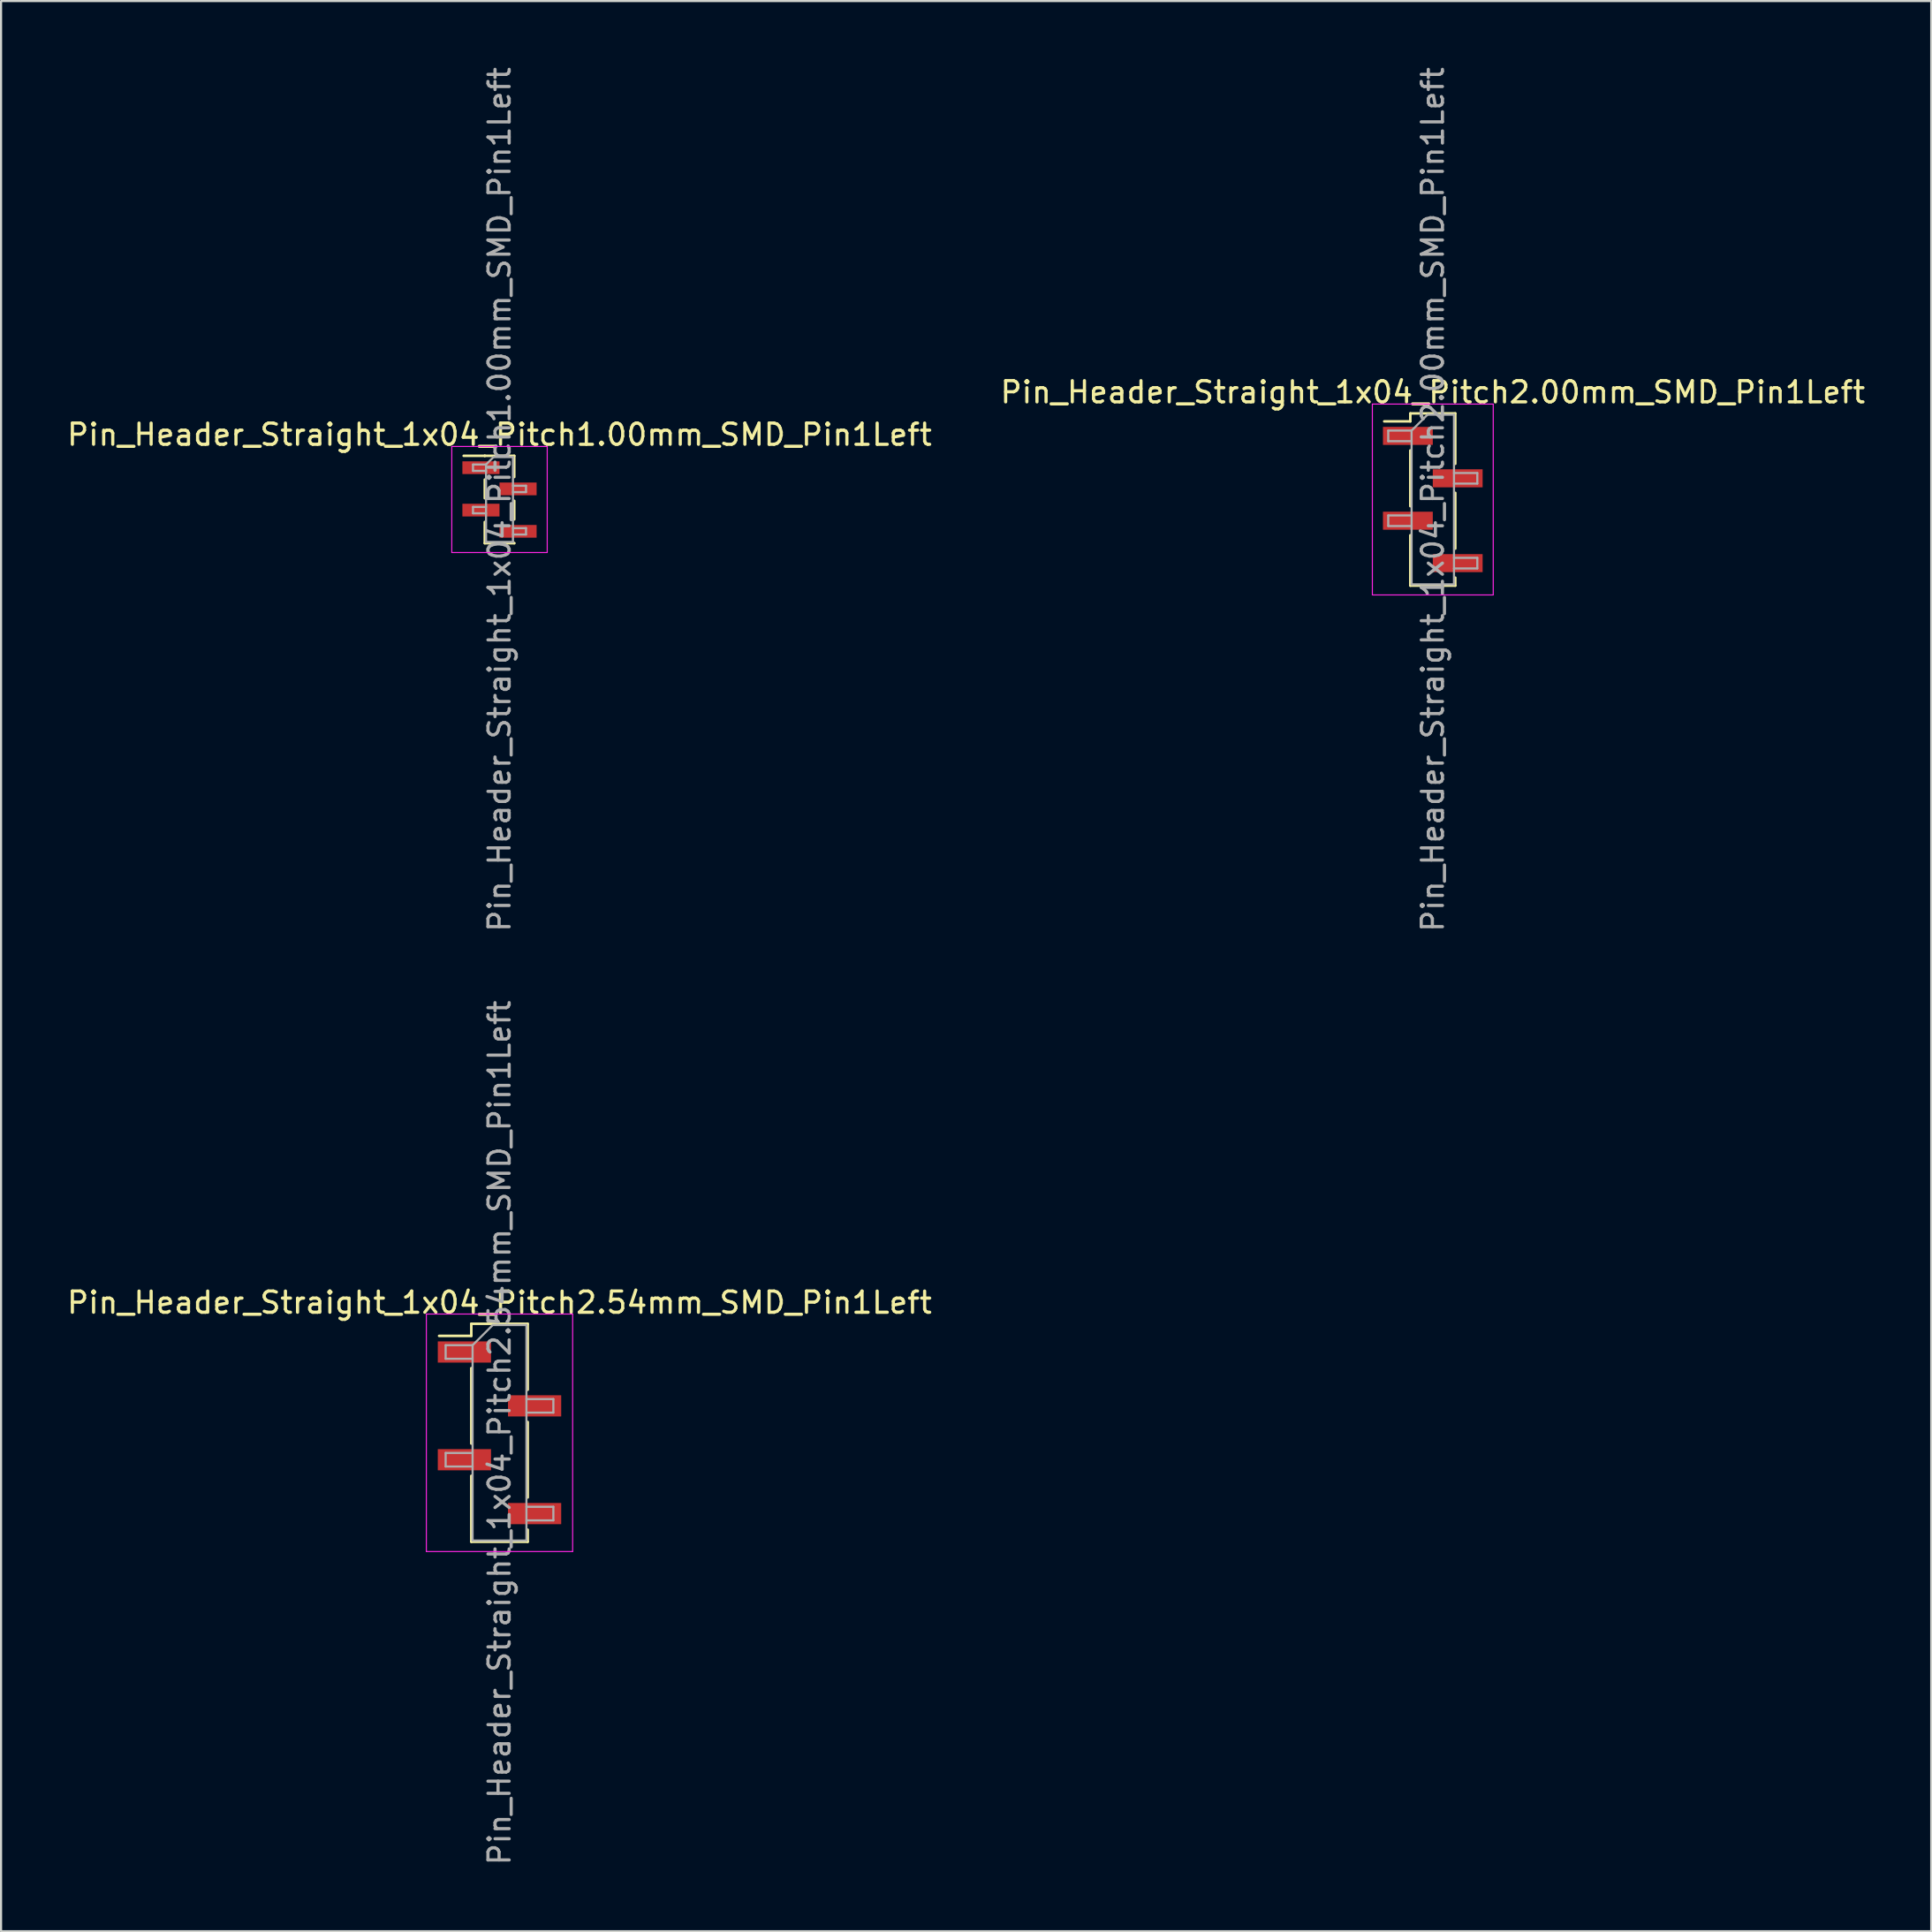
<source format=kicad_pcb>
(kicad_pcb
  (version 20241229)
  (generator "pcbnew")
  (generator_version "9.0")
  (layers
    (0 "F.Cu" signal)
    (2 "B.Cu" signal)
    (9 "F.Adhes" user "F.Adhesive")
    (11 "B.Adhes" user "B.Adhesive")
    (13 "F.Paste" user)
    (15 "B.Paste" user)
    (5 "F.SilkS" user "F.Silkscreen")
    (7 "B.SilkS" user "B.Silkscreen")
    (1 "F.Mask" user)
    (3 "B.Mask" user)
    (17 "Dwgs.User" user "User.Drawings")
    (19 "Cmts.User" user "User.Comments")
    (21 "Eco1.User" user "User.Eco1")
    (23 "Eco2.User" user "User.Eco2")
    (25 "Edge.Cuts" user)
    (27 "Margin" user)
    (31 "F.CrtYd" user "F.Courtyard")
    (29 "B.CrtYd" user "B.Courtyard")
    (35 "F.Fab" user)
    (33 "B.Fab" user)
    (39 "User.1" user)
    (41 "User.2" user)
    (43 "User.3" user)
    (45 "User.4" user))
  (footprint "Pin_Header_Straight_1x04_Pitch2.00mm_SMD_Pin1Left"
    (layer "F.Cu")
    (at 64.518 20.506)
    (property "Reference" "Pin_Header_Straight_1x04_Pitch2.00mm_SMD_Pin1Left" (at 0 -5.06 0) (layer "F.SilkS") (effects (font (size 1 1) (thickness 0.15))))
    (attr smd)
    (fp_line (start -1.06 -4.06) (end -1.06 -3.685) (stroke (width 0.12) (type solid)) (layer "F.SilkS"))
    (fp_line (start -1.06 -4.06) (end 1.06 -4.06) (stroke (width 0.12) (type solid)) (layer "F.SilkS"))
    (fp_line (start -1.06 -3.685) (end -2.29 -3.685) (stroke (width 0.12) (type solid)) (layer "F.SilkS"))
    (fp_line (start -1.06 -2.315) (end -1.06 0.315) (stroke (width 0.12) (type solid)) (layer "F.SilkS"))
    (fp_line (start -1.06 1.685) (end -1.06 4.06) (stroke (width 0.12) (type solid)) (layer "F.SilkS"))
    (fp_line (start -1.06 4.06) (end 1.06 4.06) (stroke (width 0.12) (type solid)) (layer "F.SilkS"))
    (fp_line (start 1.06 -4.06) (end 1.06 -1.685) (stroke (width 0.12) (type solid)) (layer "F.SilkS"))
    (fp_line (start 1.06 -0.315) (end 1.06 2.315) (stroke (width 0.12) (type solid)) (layer "F.SilkS"))
    (fp_line (start 1.06 3.685) (end 1.06 4.06) (stroke (width 0.12) (type solid)) (layer "F.SilkS"))
    (fp_line (start -2.85 -4.5) (end -2.85 4.5) (stroke (width 0.05) (type solid)) (layer "F.CrtYd"))
    (fp_line (start -2.85 4.5) (end 2.85 4.5) (stroke (width 0.05) (type solid)) (layer "F.CrtYd"))
    (fp_line (start 2.85 -4.5) (end -2.85 -4.5) (stroke (width 0.05) (type solid)) (layer "F.CrtYd"))
    (fp_line (start 2.85 4.5) (end 2.85 -4.5) (stroke (width 0.05) (type solid)) (layer "F.CrtYd"))
    (fp_line (start -2.1 -3.25) (end -2.1 -2.75) (stroke (width 0.1) (type solid)) (layer "F.Fab"))
    (fp_line (start -2.1 -2.75) (end -1 -2.75) (stroke (width 0.1) (type solid)) (layer "F.Fab"))
    (fp_line (start -2.1 0.75) (end -2.1 1.25) (stroke (width 0.1) (type solid)) (layer "F.Fab"))
    (fp_line (start -2.1 1.25) (end -1 1.25) (stroke (width 0.1) (type solid)) (layer "F.Fab"))
    (fp_line (start -1 -3.25) (end -2.1 -3.25) (stroke (width 0.1) (type solid)) (layer "F.Fab"))
    (fp_line (start -1 -3.25) (end -0.25 -4) (stroke (width 0.1) (type solid)) (layer "F.Fab"))
    (fp_line (start -1 0.75) (end -2.1 0.75) (stroke (width 0.1) (type solid)) (layer "F.Fab"))
    (fp_line (start -1 4) (end -1 -3.25) (stroke (width 0.1) (type solid)) (layer "F.Fab"))
    (fp_line (start -0.25 -4) (end 1 -4) (stroke (width 0.1) (type solid)) (layer "F.Fab"))
    (fp_line (start 1 -4) (end 1 4) (stroke (width 0.1) (type solid)) (layer "F.Fab"))
    (fp_line (start 1 -1.25) (end 2.1 -1.25) (stroke (width 0.1) (type solid)) (layer "F.Fab"))
    (fp_line (start 1 2.75) (end 2.1 2.75) (stroke (width 0.1) (type solid)) (layer "F.Fab"))
    (fp_line (start 1 4) (end -1 4) (stroke (width 0.1) (type solid)) (layer "F.Fab"))
    (fp_line (start 2.1 -1.25) (end 2.1 -0.75) (stroke (width 0.1) (type solid)) (layer "F.Fab"))
    (fp_line (start 2.1 -0.75) (end 1 -0.75) (stroke (width 0.1) (type solid)) (layer "F.Fab"))
    (fp_line (start 2.1 2.75) (end 2.1 3.25) (stroke (width 0.1) (type solid)) (layer "F.Fab"))
    (fp_line (start 2.1 3.25) (end 1 3.25) (stroke (width 0.1) (type solid)) (layer "F.Fab"))
    (fp_text user "${REFERENCE}" (at 0 0 90) (layer "F.Fab") (effects (font (size 1 1) (thickness 0.15))))
    (pad "1" smd rect (at -1.175 -3) (size 2.35 0.85) (layers "F.Cu" "F.Mask" "F.Paste"))
    (pad "2" smd rect (at 1.175 -1) (size 2.35 0.85) (layers "F.Cu" "F.Mask" "F.Paste"))
    (pad "3" smd rect (at -1.175 1) (size 2.35 0.85) (layers "F.Cu" "F.Mask" "F.Paste"))
    (pad "4" smd rect (at 1.175 3) (size 2.35 0.85) (layers "F.Cu" "F.Mask" "F.Paste")))
  (footprint "Pin_Header_Straight_1x04_Pitch2.54mm_SMD_Pin1Left"
    (layer "F.Cu")
    (at 20.506 64.518)
    (property "Reference" "Pin_Header_Straight_1x04_Pitch2.54mm_SMD_Pin1Left" (at 0 -6.14 0) (layer "F.SilkS") (effects (font (size 1 1) (thickness 0.15))))
    (attr smd)
    (fp_line (start -1.33 -5.14) (end -1.33 -4.57) (stroke (width 0.12) (type solid)) (layer "F.SilkS"))
    (fp_line (start -1.33 -5.14) (end 1.33 -5.14) (stroke (width 0.12) (type solid)) (layer "F.SilkS"))
    (fp_line (start -1.33 -4.57) (end -2.85 -4.57) (stroke (width 0.12) (type solid)) (layer "F.SilkS"))
    (fp_line (start -1.33 -3.05) (end -1.33 0.51) (stroke (width 0.12) (type solid)) (layer "F.SilkS"))
    (fp_line (start -1.33 2.03) (end -1.33 5.14) (stroke (width 0.12) (type solid)) (layer "F.SilkS"))
    (fp_line (start -1.33 5.14) (end 1.33 5.14) (stroke (width 0.12) (type solid)) (layer "F.SilkS"))
    (fp_line (start 1.33 -5.14) (end 1.33 -2.03) (stroke (width 0.12) (type solid)) (layer "F.SilkS"))
    (fp_line (start 1.33 -0.51) (end 1.33 3.05) (stroke (width 0.12) (type solid)) (layer "F.SilkS"))
    (fp_line (start 1.33 4.57) (end 1.33 5.14) (stroke (width 0.12) (type solid)) (layer "F.SilkS"))
    (fp_line (start -3.45 -5.6) (end -3.45 5.6) (stroke (width 0.05) (type solid)) (layer "F.CrtYd"))
    (fp_line (start -3.45 5.6) (end 3.45 5.6) (stroke (width 0.05) (type solid)) (layer "F.CrtYd"))
    (fp_line (start 3.45 -5.6) (end -3.45 -5.6) (stroke (width 0.05) (type solid)) (layer "F.CrtYd"))
    (fp_line (start 3.45 5.6) (end 3.45 -5.6) (stroke (width 0.05) (type solid)) (layer "F.CrtYd"))
    (fp_line (start -2.54 -4.13) (end -2.54 -3.49) (stroke (width 0.1) (type solid)) (layer "F.Fab"))
    (fp_line (start -2.54 -3.49) (end -1.27 -3.49) (stroke (width 0.1) (type solid)) (layer "F.Fab"))
    (fp_line (start -2.54 0.95) (end -2.54 1.59) (stroke (width 0.1) (type solid)) (layer "F.Fab"))
    (fp_line (start -2.54 1.59) (end -1.27 1.59) (stroke (width 0.1) (type solid)) (layer "F.Fab"))
    (fp_line (start -1.27 -4.13) (end -2.54 -4.13) (stroke (width 0.1) (type solid)) (layer "F.Fab"))
    (fp_line (start -1.27 -4.13) (end -0.32 -5.08) (stroke (width 0.1) (type solid)) (layer "F.Fab"))
    (fp_line (start -1.27 0.95) (end -2.54 0.95) (stroke (width 0.1) (type solid)) (layer "F.Fab"))
    (fp_line (start -1.27 5.08) (end -1.27 -4.13) (stroke (width 0.1) (type solid)) (layer "F.Fab"))
    (fp_line (start -0.32 -5.08) (end 1.27 -5.08) (stroke (width 0.1) (type solid)) (layer "F.Fab"))
    (fp_line (start 1.27 -5.08) (end 1.27 5.08) (stroke (width 0.1) (type solid)) (layer "F.Fab"))
    (fp_line (start 1.27 -1.59) (end 2.54 -1.59) (stroke (width 0.1) (type solid)) (layer "F.Fab"))
    (fp_line (start 1.27 3.49) (end 2.54 3.49) (stroke (width 0.1) (type solid)) (layer "F.Fab"))
    (fp_line (start 1.27 5.08) (end -1.27 5.08) (stroke (width 0.1) (type solid)) (layer "F.Fab"))
    (fp_line (start 2.54 -1.59) (end 2.54 -0.95) (stroke (width 0.1) (type solid)) (layer "F.Fab"))
    (fp_line (start 2.54 -0.95) (end 1.27 -0.95) (stroke (width 0.1) (type solid)) (layer "F.Fab"))
    (fp_line (start 2.54 3.49) (end 2.54 4.13) (stroke (width 0.1) (type solid)) (layer "F.Fab"))
    (fp_line (start 2.54 4.13) (end 1.27 4.13) (stroke (width 0.1) (type solid)) (layer "F.Fab"))
    (fp_text user "${REFERENCE}" (at 0 0 90) (layer "F.Fab") (effects (font (size 1 1) (thickness 0.15))))
    (pad "1" smd rect (at -1.655 -3.81) (size 2.51 1) (layers "F.Cu" "F.Mask" "F.Paste"))
    (pad "2" smd rect (at 1.655 -1.27) (size 2.51 1) (layers "F.Cu" "F.Mask" "F.Paste"))
    (pad "3" smd rect (at -1.655 1.27) (size 2.51 1) (layers "F.Cu" "F.Mask" "F.Paste"))
    (pad "4" smd rect (at 1.655 3.81) (size 2.51 1) (layers "F.Cu" "F.Mask" "F.Paste")))
  (footprint "Pin_Header_Straight_1x04_Pitch1.00mm_SMD_Pin1Left"
    (layer "F.Cu")
    (at 20.506 20.506)
    (property "Reference" "Pin_Header_Straight_1x04_Pitch1.00mm_SMD_Pin1Left" (at 0 -3.06 0) (layer "F.SilkS") (effects (font (size 1 1) (thickness 0.15))))
    (attr smd)
    (fp_line (start -0.695 -2.06) (end -1.69 -2.06) (stroke (width 0.12) (type solid)) (layer "F.SilkS"))
    (fp_line (start -0.695 -2.06) (end -0.695 -2.06) (stroke (width 0.12) (type solid)) (layer "F.SilkS"))
    (fp_line (start -0.695 -2.06) (end 0.695 -2.06) (stroke (width 0.12) (type solid)) (layer "F.SilkS"))
    (fp_line (start -0.695 -0.94) (end -0.695 -0.06) (stroke (width 0.12) (type solid)) (layer "F.SilkS"))
    (fp_line (start -0.695 1.06) (end -0.695 2.06) (stroke (width 0.12) (type solid)) (layer "F.SilkS"))
    (fp_line (start -0.695 2.06) (end 0.695 2.06) (stroke (width 0.12) (type solid)) (layer "F.SilkS"))
    (fp_line (start 0.695 -2.06) (end 0.695 -1.06) (stroke (width 0.12) (type solid)) (layer "F.SilkS"))
    (fp_line (start 0.695 0.06) (end 0.695 0.94) (stroke (width 0.12) (type solid)) (layer "F.SilkS"))
    (fp_line (start 0.695 2.06) (end 0.695 2.06) (stroke (width 0.12) (type solid)) (layer "F.SilkS"))
    (fp_line (start -2.25 -2.5) (end -2.25 2.5) (stroke (width 0.05) (type solid)) (layer "F.CrtYd"))
    (fp_line (start -2.25 2.5) (end 2.25 2.5) (stroke (width 0.05) (type solid)) (layer "F.CrtYd"))
    (fp_line (start 2.25 -2.5) (end -2.25 -2.5) (stroke (width 0.05) (type solid)) (layer "F.CrtYd"))
    (fp_line (start 2.25 2.5) (end 2.25 -2.5) (stroke (width 0.05) (type solid)) (layer "F.CrtYd"))
    (fp_line (start -1.25 -1.65) (end -1.25 -1.35) (stroke (width 0.1) (type solid)) (layer "F.Fab"))
    (fp_line (start -1.25 -1.35) (end -0.635 -1.35) (stroke (width 0.1) (type solid)) (layer "F.Fab"))
    (fp_line (start -1.25 0.35) (end -1.25 0.65) (stroke (width 0.1) (type solid)) (layer "F.Fab"))
    (fp_line (start -1.25 0.65) (end -0.635 0.65) (stroke (width 0.1) (type solid)) (layer "F.Fab"))
    (fp_line (start -0.635 -1.65) (end -1.25 -1.65) (stroke (width 0.1) (type solid)) (layer "F.Fab"))
    (fp_line (start -0.635 -1.65) (end -0.285 -2) (stroke (width 0.1) (type solid)) (layer "F.Fab"))
    (fp_line (start -0.635 0.35) (end -1.25 0.35) (stroke (width 0.1) (type solid)) (layer "F.Fab"))
    (fp_line (start -0.635 2) (end -0.635 -1.65) (stroke (width 0.1) (type solid)) (layer "F.Fab"))
    (fp_line (start -0.285 -2) (end 0.635 -2) (stroke (width 0.1) (type solid)) (layer "F.Fab"))
    (fp_line (start 0.635 -2) (end 0.635 2) (stroke (width 0.1) (type solid)) (layer "F.Fab"))
    (fp_line (start 0.635 -0.65) (end 1.25 -0.65) (stroke (width 0.1) (type solid)) (layer "F.Fab"))
    (fp_line (start 0.635 1.35) (end 1.25 1.35) (stroke (width 0.1) (type solid)) (layer "F.Fab"))
    (fp_line (start 0.635 2) (end -0.635 2) (stroke (width 0.1) (type solid)) (layer "F.Fab"))
    (fp_line (start 1.25 -0.65) (end 1.25 -0.35) (stroke (width 0.1) (type solid)) (layer "F.Fab"))
    (fp_line (start 1.25 -0.35) (end 0.635 -0.35) (stroke (width 0.1) (type solid)) (layer "F.Fab"))
    (fp_line (start 1.25 1.35) (end 1.25 1.65) (stroke (width 0.1) (type solid)) (layer "F.Fab"))
    (fp_line (start 1.25 1.65) (end 0.635 1.65) (stroke (width 0.1) (type solid)) (layer "F.Fab"))
    (fp_text user "${REFERENCE}" (at 0 0 90) (layer "F.Fab") (effects (font (size 1 1) (thickness 0.15))))
    (pad "1" smd rect (at -0.875 -1.5) (size 1.75 0.6) (layers "F.Cu" "F.Mask" "F.Paste"))
    (pad "2" smd rect (at 0.875 -0.5) (size 1.75 0.6) (layers "F.Cu" "F.Mask" "F.Paste"))
    (pad "3" smd rect (at -0.875 0.5) (size 1.75 0.6) (layers "F.Cu" "F.Mask" "F.Paste"))
    (pad "4" smd rect (at 0.875 1.5) (size 1.75 0.6) (layers "F.Cu" "F.Mask" "F.Paste")))
  (gr_rect
    (start -3 -3)
    (end 88.024 88.024)
    (stroke (width 0.1) (type default))
    (fill no)
    (layer "Edge.Cuts")))
</source>
